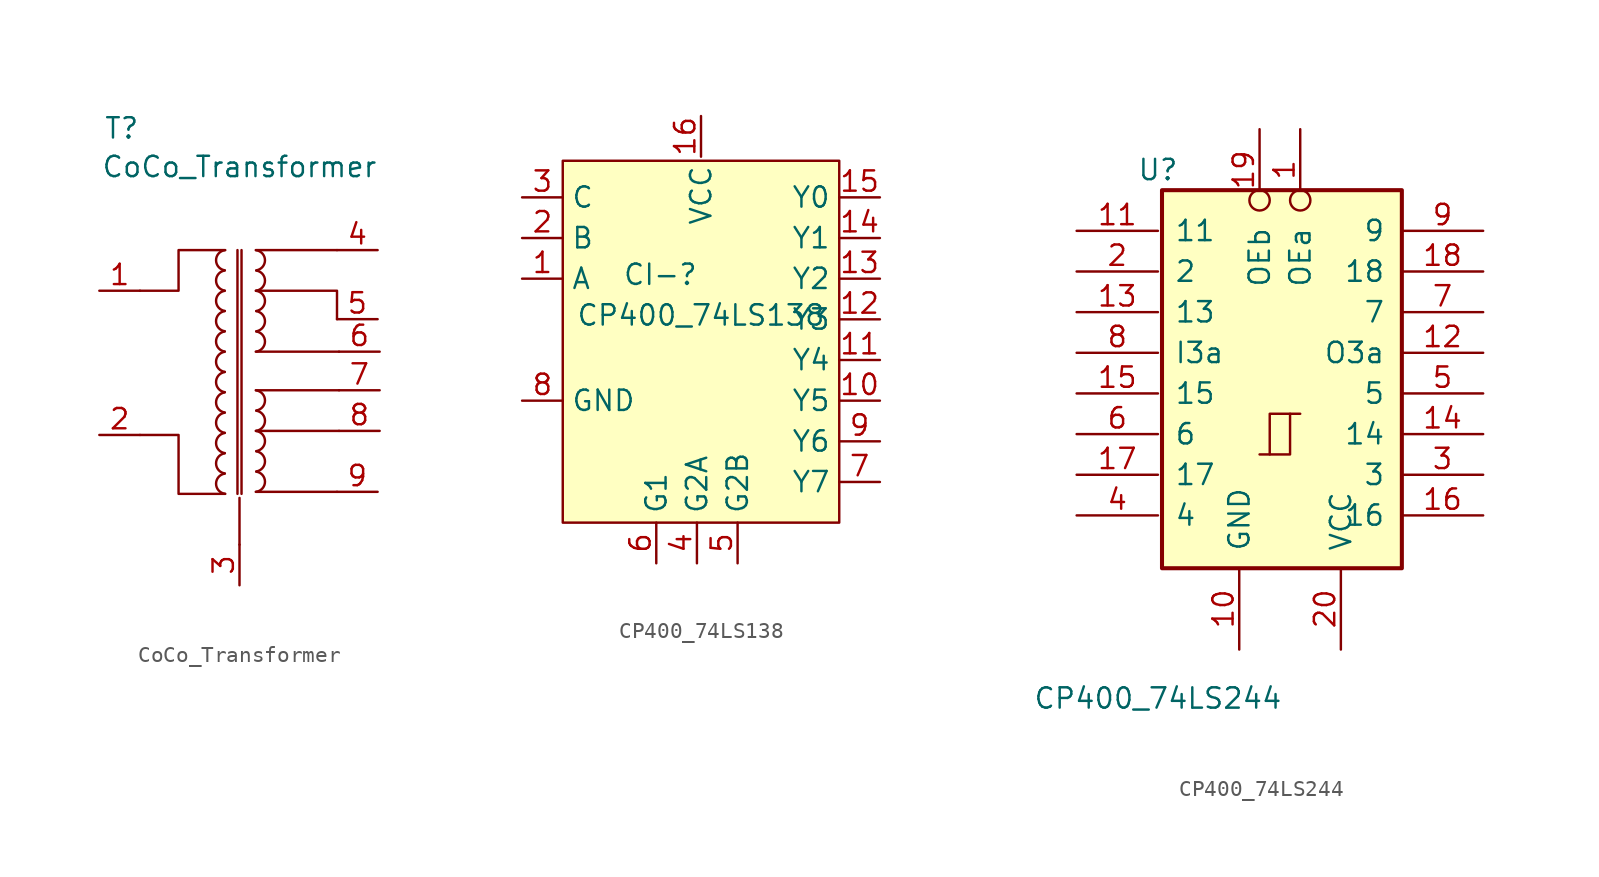
<source format=kicad_sym>
(kicad_symbol_lib
  (version 20211014)
  (generator kicad_symbol_editor)
  (symbol "CoCo_Transformer"
    (property "Reference" "T"
      (at -9.906 15.24 0)
      (effects (font (size 1.27 1.27))))
    (property "Value" "CoCo_Transformer"
      (at -2.54 12.827 0)
      (effects (font (size 1.27 1.27))))
    (symbol "CoCo_Transformer_0_1"
      (arc (start -3.4701 -0.0056) (mid -4.1912 -0.6417) (end -3.4569 -1.2624) (stroke (width 0) (type default) (color 0 0 0 0)) (fill (type none)))
      (arc (start -3.4703 1.264) (mid -4.1908 0.6284) (end -3.4571 0.0072) (stroke (width 0) (type default) (color 0 0 0 0)) (fill (type none)))
      (arc (start -3.4703 2.534) (mid -4.1908 1.8984) (end -3.4571 1.2772) (stroke (width 0) (type default) (color 0 0 0 0)) (fill (type none)))
      (arc (start -3.4703 3.804) (mid -4.1908 3.1684) (end -3.4571 2.5472) (stroke (width 0) (type default) (color 0 0 0 0)) (fill (type none)))
      (arc (start -3.47 -6.356) (mid -4.1908 -6.9916) (end -3.4568 -7.6128) (stroke (width 0) (type default) (color 0 0 0 0)) (fill (type none)))
      (arc (start -3.47 -5.086) (mid -4.1908 -5.7216) (end -3.4568 -6.3428) (stroke (width 0) (type default) (color 0 0 0 0)) (fill (type none)))
      (arc (start -3.47 -3.816) (mid -4.1908 -4.4516) (end -3.4568 -5.0728) (stroke (width 0) (type default) (color 0 0 0 0)) (fill (type none)))
      (arc (start -3.47 -2.546) (mid -4.1908 -3.1816) (end -3.4568 -3.8028) (stroke (width 0) (type default) (color 0 0 0 0)) (fill (type none)))
      (arc (start -3.47 -1.276) (mid -4.1908 -1.9116) (end -3.4568 -2.5328) (stroke (width 0) (type default) (color 0 0 0 0)) (fill (type none)))
      (arc (start -3.47 5.074) (mid -4.1908 4.4384) (end -3.4568 3.8172) (stroke (width 0) (type default) (color 0 0 0 0)) (fill (type none)))
      (arc (start -3.47 6.344) (mid -4.1908 5.7084) (end -3.4568 5.0872) (stroke (width 0) (type default) (color 0 0 0 0)) (fill (type none)))
      (arc (start -3.47 7.614) (mid -4.1908 6.9784) (end -3.4568 6.3572) (stroke (width 0) (type default) (color 0 0 0 0)) (fill (type none)))
      (arc (start -1.4828 -7.4874) (mid -0.7618 -6.8513) (end -1.496 -6.2306) (stroke (width 0) (type default) (color 0 0 0 0)) (fill (type none)))
      (arc (start -1.4828 -6.2174) (mid -0.7618 -5.5813) (end -1.496 -4.9606) (stroke (width 0) (type default) (color 0 0 0 0)) (fill (type none)))
      (arc (start -1.4828 -4.9474) (mid -0.7618 -4.3113) (end -1.496 -3.6906) (stroke (width 0) (type default) (color 0 0 0 0)) (fill (type none)))
      (arc (start -1.4828 -3.6774) (mid -0.7618 -3.0413) (end -1.496 -2.4206) (stroke (width 0) (type default) (color 0 0 0 0)) (fill (type none)))
      (arc (start -1.4828 -2.4074) (mid -0.7618 -1.7713) (end -1.496 -1.1506) (stroke (width 0) (type default) (color 0 0 0 0)) (fill (type none)))
      (arc (start -1.483 1.276) (mid -0.7621 1.9121) (end -1.4962 2.5328) (stroke (width 0) (type default) (color 0 0 0 0)) (fill (type none)))
      (arc (start -1.483 2.546) (mid -0.7621 3.1821) (end -1.4962 3.8028) (stroke (width 0) (type default) (color 0 0 0 0)) (fill (type none)))
      (arc (start -1.483 3.816) (mid -0.7621 4.4521) (end -1.4962 5.0728) (stroke (width 0) (type default) (color 0 0 0 0)) (fill (type none)))
      (arc (start -1.483 5.086) (mid -0.7621 5.7221) (end -1.4962 6.3428) (stroke (width 0) (type default) (color 0 0 0 0)) (fill (type none)))
      (arc (start -1.483 6.356) (mid -0.7621 6.9921) (end -1.4962 7.6128) (stroke (width 0) (type default) (color 0 0 0 0)) (fill (type none)))
      (polyline (pts (xy -2.667 7.62) (xy -2.667 -7.62)) (stroke (width 0) (type default) (color 0 0 0 0)) (fill (type none)))
      (polyline (pts (xy -2.54 -10.795) (xy -2.54 -7.874)) (stroke (width 0) (type default) (color 0 0 0 0)) (fill (type none)))
      (polyline (pts (xy -2.413 -7.62) (xy -2.413 7.62)) (stroke (width 0) (type default) (color 0 0 0 0)) (fill (type none)))
      (polyline (pts (xy -1.524 -7.493) (xy 3.556 -7.493)) (stroke (width 0) (type default) (color 0 0 0 0)) (fill (type none)))
      (polyline (pts (xy -1.524 -3.683) (xy 3.683 -3.683)) (stroke (width 0) (type default) (color 0 0 0 0)) (fill (type none)))
      (polyline (pts (xy -1.524 -1.143) (xy 3.683 -1.143)) (stroke (width 0) (type default) (color 0 0 0 0)) (fill (type none)))
      (polyline (pts (xy -1.524 1.27) (xy 3.683 1.27)) (stroke (width 0) (type default) (color 0 0 0 0)) (fill (type none)))
      (polyline (pts (xy -1.524 7.62) (xy 3.556 7.62)) (stroke (width 0) (type default) (color 0 0 0 0)) (fill (type none)))
      (polyline (pts (xy -1.524 5.08) (xy 3.556 5.08) (xy 3.556 3.302)) (stroke (width 0) (type default) (color 0 0 0 0)) (fill (type none)))
      (polyline (pts (xy -8.763 5.08) (xy -6.35 5.08) (xy -6.35 7.62) (xy -3.429 7.62)) (stroke (width 0) (type default) (color 0 0 0 0)) (fill (type none)))
      (polyline (pts (xy -3.429 -7.62) (xy -6.35 -7.62) (xy -6.35 -3.937) (xy -8.763 -3.937)) (stroke (width 0) (type default) (color 0 0 0 0)) (fill (type none))))
    (symbol "CoCo_Transformer_1_1"
      (pin power_in line (at -11.303 5.08 0) (length 2.54) (name "" (effects (font (size 1.27 1.27)))) (number "1" (effects (font (size 1.27 1.27)))))
      (pin power_in line (at -11.303 -3.937 0) (length 2.54) (name "" (effects (font (size 1.27 1.27)))) (number "2" (effects (font (size 1.27 1.27)))))
      (pin power_in line (at -2.54 -13.335 90) (length 2.54) (name "" (effects (font (size 1.27 1.27)))) (number "3" (effects (font (size 1.27 1.27)))))
      (pin power_out line (at 6.096 7.62 180) (length 2.54) (name "" (effects (font (size 1.27 1.27)))) (number "4" (effects (font (size 1.27 1.27)))))
      (pin power_out line (at 6.096 3.302 180) (length 2.54) (name "" (effects (font (size 1.27 1.27)))) (number "5" (effects (font (size 1.27 1.27)))))
      (pin power_out line (at 6.223 1.27 180) (length 2.54) (name "" (effects (font (size 1.27 1.27)))) (number "6" (effects (font (size 1.27 1.27)))))
      (pin power_out line (at 6.223 -1.143 180) (length 2.54) (name "" (effects (font (size 1.27 1.27)))) (number "7" (effects (font (size 1.27 1.27)))))
      (pin power_out line (at 6.223 -3.683 180) (length 2.54) (name "" (effects (font (size 1.27 1.27)))) (number "8" (effects (font (size 1.27 1.27)))))
      (pin power_out line (at 6.096 -7.493 180) (length 2.54) (name "" (effects (font (size 1.27 1.27)))) (number "9" (effects (font (size 1.27 1.27)))))))
  (symbol "CP400_74LS138"
    (property "Reference" "CI-"
      (at -2.54 5.08 0)
      (effects (font (size 1.27 1.27))))
    (property "Value" "CP400_74LS138"
      (at 0 2.54 0)
      (effects (font (size 1.27 1.27))))
    (symbol "CP400_74LS138_0_1"
      (rectangle (start -8.636 12.192) (end 8.636 -10.414) (stroke (width 0) (type default) (color 0 0 0 0)) (fill (type background))))
    (symbol "CP400_74LS138_1_1"
      (pin input line (at -11.176 4.826 0) (length 2.54) (name "A" (effects (font (size 1.27 1.27)))) (number "1" (effects (font (size 1.27 1.27)))))
      (pin input line (at 11.176 -2.794 180) (length 2.54) (name "Y5" (effects (font (size 1.27 1.27)))) (number "10" (effects (font (size 1.27 1.27)))))
      (pin input line (at 11.176 -0.254 180) (length 2.54) (name "Y4" (effects (font (size 1.27 1.27)))) (number "11" (effects (font (size 1.27 1.27)))))
      (pin input line (at 11.176 2.286 180) (length 2.54) (name "Y3" (effects (font (size 1.27 1.27)))) (number "12" (effects (font (size 1.27 1.27)))))
      (pin input line (at 11.176 4.826 180) (length 2.54) (name "Y2" (effects (font (size 1.27 1.27)))) (number "13" (effects (font (size 1.27 1.27)))))
      (pin input line (at 11.176 7.366 180) (length 2.54) (name "Y1" (effects (font (size 1.27 1.27)))) (number "14" (effects (font (size 1.27 1.27)))))
      (pin input line (at 11.176 9.906 180) (length 2.54) (name "Y0" (effects (font (size 1.27 1.27)))) (number "15" (effects (font (size 1.27 1.27)))))
      (pin power_in line (at 0 14.986 270) (length 2.54) (name "VCC" (effects (font (size 1.27 1.27)))) (number "16" (effects (font (size 1.27 1.27)))))
      (pin input line (at -11.176 7.366 0) (length 2.54) (name "B" (effects (font (size 1.27 1.27)))) (number "2" (effects (font (size 1.27 1.27)))))
      (pin input line (at -11.176 9.906 0) (length 2.54) (name "C" (effects (font (size 1.27 1.27)))) (number "3" (effects (font (size 1.27 1.27)))))
      (pin input line (at -0.254 -12.954 90) (length 2.54) (name "G2A" (effects (font (size 1.27 1.27)))) (number "4" (effects (font (size 1.27 1.27)))))
      (pin input line (at 2.286 -12.954 90) (length 2.54) (name "G2B" (effects (font (size 1.27 1.27)))) (number "5" (effects (font (size 1.27 1.27)))))
      (pin input line (at -2.794 -12.954 90) (length 2.54) (name "G1" (effects (font (size 1.27 1.27)))) (number "6" (effects (font (size 1.27 1.27)))))
      (pin input line (at 11.176 -7.874 180) (length 2.54) (name "Y7" (effects (font (size 1.27 1.27)))) (number "7" (effects (font (size 1.27 1.27)))))
      (pin power_in line (at -11.176 -2.794 0) (length 2.54) (name "GND" (effects (font (size 1.27 1.27)))) (number "8" (effects (font (size 1.27 1.27)))))
      (pin input line (at 11.176 -5.334 180) (length 2.54) (name "Y6" (effects (font (size 1.27 1.27)))) (number "9" (effects (font (size 1.27 1.27)))))))
  (symbol "CP400_74LS244"
    (pin_names
      (offset 1.016))
    (property "Reference" "U"
      (at -7.62 16.51 0)
      (effects (font (size 1.27 1.27))))
    (property "Value" "CP400_74LS244"
      (at -7.62 -16.51 0)
      (effects (font (size 1.27 1.27))))
    (symbol "CP400_74LS244_1_0"
      (polyline (pts (xy -0.635 -1.27) (xy -0.635 1.27) (xy 0.635 1.27)) (stroke (width 0) (type default) (color 0 0 0 0)) (fill (type none)))
      (polyline (pts (xy -1.27 -1.27) (xy 0.635 -1.27) (xy 0.635 1.27) (xy 1.27 1.27)) (stroke (width 0) (type default) (color 0 0 0 0)) (fill (type none)))
      (pin input inverted (at 1.27 19.05 270) (length 5.08) (name "OEa" (effects (font (size 1.27 1.27)))) (number "1" (effects (font (size 1.27 1.27)))))
      (pin power_in line (at -2.54 -13.462 90) (length 5.08) (name "GND" (effects (font (size 1.27 1.27)))) (number "10" (effects (font (size 1.27 1.27)))))
      (pin input line (at -12.7 12.7 0) (length 5.08) (name "11" (effects (font (size 1.27 1.27)))) (number "11" (effects (font (size 1.27 1.27)))))
      (pin tri_state line (at 12.7 5.08 180) (length 5.08) (name "O3a" (effects (font (size 1.27 1.27)))) (number "12" (effects (font (size 1.27 1.27)))))
      (pin input line (at -12.7 7.62 0) (length 5.08) (name "13" (effects (font (size 1.27 1.27)))) (number "13" (effects (font (size 1.27 1.27)))))
      (pin tri_state line (at 12.7 0 180) (length 5.08) (name "14" (effects (font (size 1.27 1.27)))) (number "14" (effects (font (size 1.27 1.27)))))
      (pin input line (at -12.7 2.54 0) (length 5.08) (name "15" (effects (font (size 1.27 1.27)))) (number "15" (effects (font (size 1.27 1.27)))))
      (pin tri_state line (at 12.7 -5.08 180) (length 5.08) (name "16" (effects (font (size 1.27 1.27)))) (number "16" (effects (font (size 1.27 1.27)))))
      (pin input line (at -12.7 -2.54 0) (length 5.08) (name "17" (effects (font (size 1.27 1.27)))) (number "17" (effects (font (size 1.27 1.27)))))
      (pin tri_state line (at 12.7 10.16 180) (length 5.08) (name "18" (effects (font (size 1.27 1.27)))) (number "18" (effects (font (size 1.27 1.27)))))
      (pin input inverted (at -1.27 19.05 270) (length 5.08) (name "OEb" (effects (font (size 1.27 1.27)))) (number "19" (effects (font (size 1.27 1.27)))))
      (pin input line (at -12.7 10.16 0) (length 5.08) (name "2" (effects (font (size 1.27 1.27)))) (number "2" (effects (font (size 1.27 1.27)))))
      (pin power_in line (at 3.81 -13.462 90) (length 5.08) (name "VCC" (effects (font (size 1.27 1.27)))) (number "20" (effects (font (size 1.27 1.27)))))
      (pin tri_state line (at 12.7 -2.54 180) (length 5.08) (name "3" (effects (font (size 1.27 1.27)))) (number "3" (effects (font (size 1.27 1.27)))))
      (pin input line (at -12.7 -5.08 0) (length 5.08) (name "4" (effects (font (size 1.27 1.27)))) (number "4" (effects (font (size 1.27 1.27)))))
      (pin tri_state line (at 12.7 2.54 180) (length 5.08) (name "5" (effects (font (size 1.27 1.27)))) (number "5" (effects (font (size 1.27 1.27)))))
      (pin input line (at -12.7 0 0) (length 5.08) (name "6" (effects (font (size 1.27 1.27)))) (number "6" (effects (font (size 1.27 1.27)))))
      (pin tri_state line (at 12.7 7.62 180) (length 5.08) (name "7" (effects (font (size 1.27 1.27)))) (number "7" (effects (font (size 1.27 1.27)))))
      (pin input line (at -12.7 5.08 0) (length 5.08) (name "I3a" (effects (font (size 1.27 1.27)))) (number "8" (effects (font (size 1.27 1.27)))))
      (pin tri_state line (at 12.7 12.7 180) (length 5.08) (name "9" (effects (font (size 1.27 1.27)))) (number "9" (effects (font (size 1.27 1.27))))))
    (symbol "CP400_74LS244_1_1"
      (rectangle (start -7.366 15.24) (end 7.62 -8.382) (stroke (width 0.254) (type default) (color 0 0 0 0)) (fill (type background))))))
</source>
